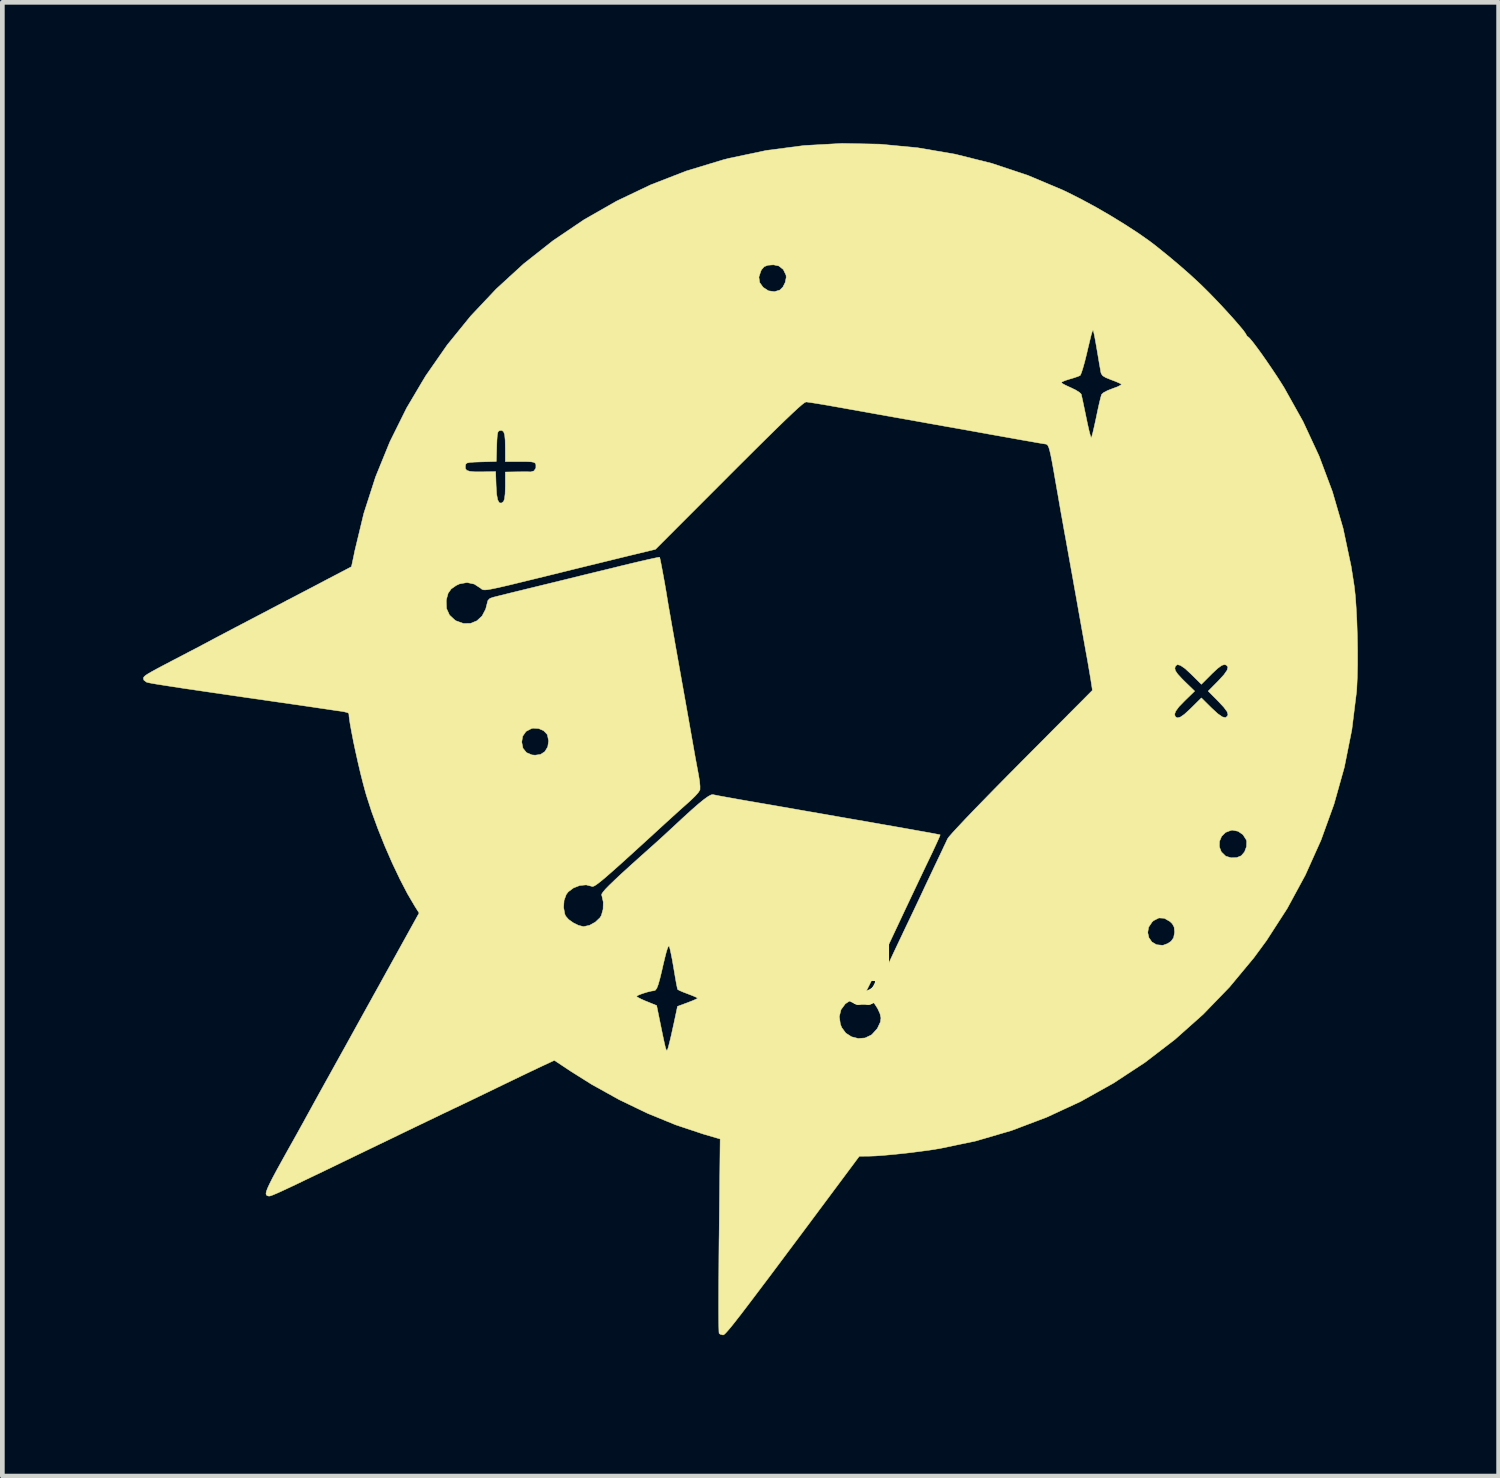
<source format=kicad_pcb>
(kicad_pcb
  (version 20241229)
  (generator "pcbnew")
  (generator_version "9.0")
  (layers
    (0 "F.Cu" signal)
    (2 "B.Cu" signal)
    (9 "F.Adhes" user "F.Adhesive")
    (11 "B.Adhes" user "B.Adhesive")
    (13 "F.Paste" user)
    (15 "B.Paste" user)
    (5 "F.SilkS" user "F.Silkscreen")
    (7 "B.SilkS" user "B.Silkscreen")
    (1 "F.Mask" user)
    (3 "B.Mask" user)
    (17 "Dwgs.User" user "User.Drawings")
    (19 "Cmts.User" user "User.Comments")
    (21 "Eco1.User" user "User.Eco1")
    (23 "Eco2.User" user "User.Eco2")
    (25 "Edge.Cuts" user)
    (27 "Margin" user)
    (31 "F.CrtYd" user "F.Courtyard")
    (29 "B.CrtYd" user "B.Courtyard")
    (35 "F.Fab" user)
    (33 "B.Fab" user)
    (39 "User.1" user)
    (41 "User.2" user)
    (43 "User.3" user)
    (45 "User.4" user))
  (footprint "Logo"
    (layer "F.Cu")
    (at 14.795 17.006)
    (property "Reference" "Logo" (at 0 0 0) (layer "F.SilkS") (effects (font (size 1.524 1.524) (thickness 0.3))))
    (attr through_hole)
    (fp_poly (pts (xy 0.901 -16.985) (xy 1.705 -16.908) (xy 2.5 -16.772) (xy 3.283 -16.576) (xy 4.049 -16.321) (xy 4.794 -16.007) (xy 4.905 -15.954) (xy 5.198 -15.806) (xy 5.508 -15.638) (xy 5.82 -15.457) (xy 6.122 -15.271) (xy 6.401 -15.09) (xy 6.643 -14.92) (xy 6.774 -14.82) (xy 7.055 -14.593) (xy 7.295 -14.391) (xy 7.508 -14.204) (xy 7.705 -14.022) (xy 7.775 -13.955) (xy 7.904 -13.827) (xy 8.043 -13.684) (xy 8.185 -13.534) (xy 8.322 -13.385) (xy 8.448 -13.245) (xy 8.555 -13.121) (xy 8.638 -13.022) (xy 8.687 -12.954) (xy 8.7 -12.929) (xy 8.724 -12.89) (xy 8.74 -12.882) (xy 8.776 -12.849) (xy 8.841 -12.771) (xy 8.927 -12.658) (xy 9.03 -12.517) (xy 9.141 -12.358) (xy 9.256 -12.189) (xy 9.369 -12.02) (xy 9.472 -11.858) (xy 9.511 -11.795) (xy 9.912 -11.078) (xy 10.254 -10.342) (xy 10.538 -9.584) (xy 10.766 -8.801) (xy 10.938 -7.988) (xy 11.003 -7.572) (xy 11.026 -7.367) (xy 11.044 -7.113) (xy 11.059 -6.825) (xy 11.069 -6.518) (xy 11.074 -6.205) (xy 11.074 -5.903) (xy 11.068 -5.625) (xy 11.057 -5.387) (xy 11.052 -5.321) (xy 10.952 -4.511) (xy 10.792 -3.71) (xy 10.572 -2.925) (xy 10.295 -2.159) (xy 9.962 -1.417) (xy 9.575 -0.703) (xy 9.135 -0.021) (xy 8.863 0.349) (xy 8.346 0.971) (xy 7.785 1.551) (xy 7.183 2.087) (xy 6.544 2.577) (xy 5.873 3.018) (xy 5.173 3.409) (xy 4.448 3.745) (xy 3.702 4.027) (xy 2.939 4.25) (xy 2.173 4.41) (xy 1.959 4.444) (xy 1.72 4.476) (xy 1.469 4.507) (xy 1.223 4.533) (xy 0.995 4.554) (xy 0.801 4.568) (xy 0.66 4.573) (xy 0.46 4.574) (xy -0.018 5.216) (xy -0.369 5.687) (xy -0.684 6.11) (xy -0.966 6.487) (xy -1.215 6.82) (xy -1.434 7.113) (xy -1.626 7.367) (xy -1.791 7.586) (xy -1.932 7.772) (xy -2.051 7.928) (xy -2.15 8.055) (xy -2.231 8.158) (xy -2.295 8.237) (xy -2.346 8.296) (xy -2.384 8.338) (xy -2.411 8.364) (xy -2.431 8.378) (xy -2.443 8.382) (xy -2.505 8.365) (xy -2.527 8.346) (xy -2.53 8.309) (xy -2.533 8.214) (xy -2.535 8.066) (xy -2.536 7.87) (xy -2.536 7.633) (xy -2.535 7.36) (xy -2.533 7.055) (xy -2.531 6.725) (xy -2.528 6.375) (xy -2.526 6.259) (xy -2.504 4.207) (xy -2.862 4.102) (xy -3.451 3.906) (xy -4.054 3.659) (xy -4.656 3.369) (xy -5.244 3.042) (xy -5.677 2.77) (xy -6.036 2.532) (xy -6.296 2.653) (xy -6.402 2.703) (xy -6.552 2.774) (xy -6.735 2.862) (xy -6.937 2.959) (xy -7.148 3.061) (xy -7.239 3.105) (xy -7.449 3.207) (xy -7.655 3.306) (xy -7.847 3.399) (xy -8.011 3.477) (xy -8.136 3.537) (xy -8.176 3.555) (xy -8.256 3.594) (xy -8.387 3.656) (xy -8.561 3.74) (xy -8.772 3.841) (xy -9.011 3.956) (xy -9.273 4.082) (xy -9.549 4.216) (xy -9.795 4.334) (xy -10.209 4.534) (xy -10.57 4.708) (xy -10.881 4.859) (xy -11.147 4.986) (xy -11.37 5.093) (xy -11.555 5.182) (xy -11.706 5.253) (xy -11.826 5.309) (xy -11.92 5.352) (xy -11.99 5.382) (xy -12.04 5.403) (xy -12.076 5.416) (xy -12.099 5.422) (xy -12.115 5.423) (xy -12.125 5.422) (xy -12.154 5.414) (xy -12.172 5.398) (xy -12.179 5.37) (xy -12.171 5.325) (xy -12.146 5.257) (xy -12.102 5.162) (xy -12.038 5.035) (xy -11.95 4.87) (xy -11.836 4.664) (xy -11.695 4.41) (xy -11.59 4.223) (xy -11.509 4.078) (xy -11.429 3.933) (xy -11.361 3.811) (xy -11.332 3.757) (xy -11.294 3.688) (xy -11.23 3.572) (xy -11.145 3.417) (xy -11.043 3.232) (xy -10.928 3.024) (xy -10.805 2.803) (xy -10.753 2.709) (xy -10.624 2.476) (xy -10.471 2.201) (xy -10.302 1.895) (xy -10.123 1.571) (xy -9.941 1.243) (xy -9.9 1.168) (xy -4.286 1.168) (xy -4.258 1.19) (xy -4.187 1.227) (xy -4.085 1.272) (xy -4.071 1.277) (xy -3.857 1.364) (xy -3.768 1.801) (xy -3.726 2.006) (xy -3.694 2.155) (xy -3.671 2.254) (xy -3.653 2.307) (xy -3.639 2.322) (xy -3.626 2.305) (xy -3.611 2.26) (xy -3.601 2.223) (xy -3.578 2.131) (xy -3.546 1.998) (xy -3.512 1.843) (xy -3.487 1.731) (xy -3.413 1.382) (xy -3.199 1.303) (xy -3.094 1.262) (xy -3.018 1.229) (xy -2.985 1.208) (xy -2.985 1.207) (xy -3.012 1.189) (xy -3.084 1.157) (xy -3.186 1.118) (xy -3.191 1.116) (xy -3.296 1.076) (xy -3.374 1.042) (xy -3.41 1.021) (xy -3.41 1.021) (xy -3.419 0.984) (xy -3.437 0.896) (xy -3.46 0.768) (xy -3.486 0.613) (xy -3.497 0.548) (xy -3.525 0.387) (xy -3.552 0.252) (xy -3.574 0.153) (xy -3.59 0.101) (xy -3.594 0.095) (xy -3.609 0.107) (xy -3.627 0.148) (xy -3.651 0.224) (xy -3.682 0.345) (xy -3.723 0.516) (xy -3.746 0.619) (xy -3.789 0.796) (xy -3.824 0.919) (xy -3.854 0.996) (xy -3.884 1.037) (xy -3.915 1.048) (xy -3.975 1.057) (xy -4.063 1.079) (xy -4.156 1.108) (xy -4.236 1.138) (xy -4.281 1.162) (xy -4.286 1.168) (xy -9.9 1.168) (xy -9.763 0.922) (xy -9.597 0.621) (xy -9.59 0.609) (xy -8.917 -0.607) (xy -9.011 -0.756) (xy -9.165 -1.018) (xy -9.326 -1.328) (xy -9.489 -1.671) (xy -9.648 -2.035) (xy -9.796 -2.405) (xy -9.928 -2.766) (xy -10.038 -3.106) (xy -10.059 -3.178) (xy -10.111 -3.371) (xy -10.166 -3.588) (xy -10.22 -3.819) (xy -10.272 -4.052) (xy -10.314 -4.25) (xy -6.731 -4.25) (xy -6.705 -4.117) (xy -6.63 -4.024) (xy -6.514 -3.975) (xy -6.445 -3.969) (xy -6.331 -3.985) (xy -6.244 -4.041) (xy -6.237 -4.047) (xy -6.177 -4.147) (xy -6.158 -4.273) (xy -6.183 -4.396) (xy -6.194 -4.418) (xy -6.266 -4.492) (xy -6.372 -4.537) (xy -6.489 -4.544) (xy -6.522 -4.537) (xy -6.64 -4.475) (xy -6.711 -4.373) (xy -6.731 -4.25) (xy -10.314 -4.25) (xy -10.319 -4.276) (xy -10.359 -4.481) (xy -10.39 -4.655) (xy -10.409 -4.788) (xy -10.414 -4.858) (xy -10.442 -4.876) (xy -10.515 -4.894) (xy -10.565 -4.903) (xy -10.681 -4.919) (xy -10.823 -4.94) (xy -10.922 -4.955) (xy -11.033 -4.971) (xy -11.187 -4.994) (xy -11.365 -5.02) (xy -11.548 -5.047) (xy -11.573 -5.05) (xy -12.107 -5.127) (xy -12.581 -5.195) (xy -12.998 -5.256) (xy -13.362 -5.309) (xy -13.675 -5.355) (xy -13.941 -5.394) (xy -14.162 -5.428) (xy -14.342 -5.456) (xy -14.484 -5.478) (xy -14.59 -5.496) (xy -14.665 -5.51) (xy -14.71 -5.521) (xy -14.726 -5.526) (xy -14.781 -5.569) (xy -14.79 -5.609) (xy -14.784 -5.628) (xy -14.769 -5.647) (xy -14.739 -5.672) (xy -14.688 -5.705) (xy -14.61 -5.75) (xy -14.497 -5.812) (xy -14.344 -5.893) (xy -14.144 -5.998) (xy -14.018 -6.063) (xy -13.843 -6.155) (xy -13.668 -6.246) (xy -13.509 -6.33) (xy -13.384 -6.396) (xy -13.351 -6.414) (xy -13.222 -6.483) (xy -13.062 -6.567) (xy -12.899 -6.653) (xy -12.827 -6.691) (xy -12.654 -6.781) (xy -12.454 -6.886) (xy -12.234 -7.001) (xy -12 -7.124) (xy -11.759 -7.25) (xy -11.742 -7.259) (xy -8.339 -7.259) (xy -8.333 -7.094) (xy -8.27 -6.954) (xy -8.154 -6.846) (xy -8.13 -6.831) (xy -7.974 -6.775) (xy -7.823 -6.776) (xy -7.687 -6.831) (xy -7.576 -6.934) (xy -7.499 -7.08) (xy -7.473 -7.183) (xy -7.451 -7.266) (xy -7.407 -7.309) (xy -7.338 -7.333) (xy -7.278 -7.348) (xy -7.166 -7.376) (xy -7.009 -7.415) (xy -6.818 -7.462) (xy -6.601 -7.515) (xy -6.367 -7.572) (xy -6.318 -7.584) (xy -6.031 -7.654) (xy -5.713 -7.732) (xy -5.384 -7.813) (xy -5.063 -7.891) (xy -4.771 -7.962) (xy -4.61 -8.002) (xy -4.394 -8.054) (xy -4.199 -8.1) (xy -4.033 -8.138) (xy -3.905 -8.166) (xy -3.822 -8.183) (xy -3.794 -8.186) (xy -3.785 -8.152) (xy -3.767 -8.067) (xy -3.743 -7.941) (xy -3.714 -7.786) (xy -3.683 -7.614) (xy -3.652 -7.435) (xy -3.624 -7.261) (xy -3.62 -7.239) (xy -3.606 -7.153) (xy -3.582 -7.018) (xy -3.552 -6.846) (xy -3.518 -6.651) (xy -3.481 -6.445) (xy -3.479 -6.429) (xy -3.432 -6.165) (xy -3.382 -5.884) (xy -3.328 -5.58) (xy -3.268 -5.244) (xy -3.201 -4.867) (xy -3.126 -4.441) (xy -3.076 -4.159) (xy -3.045 -3.982) (xy -3.011 -3.797) (xy -2.98 -3.631) (xy -2.964 -3.545) (xy -2.943 -3.418) (xy -2.933 -3.308) (xy -2.934 -3.236) (xy -2.936 -3.228) (xy -2.969 -3.175) (xy -3.038 -3.097) (xy -3.129 -3.009) (xy -3.153 -2.987) (xy -3.255 -2.896) (xy -3.387 -2.778) (xy -3.53 -2.648) (xy -3.667 -2.524) (xy -3.972 -2.244) (xy -4.234 -2.005) (xy -4.456 -1.803) (xy -4.642 -1.635) (xy -4.795 -1.499) (xy -4.918 -1.391) (xy -5.016 -1.308) (xy -5.091 -1.248) (xy -5.147 -1.207) (xy -5.187 -1.183) (xy -5.215 -1.173) (xy -5.234 -1.173) (xy -5.24 -1.176) (xy -5.359 -1.206) (xy -5.495 -1.193) (xy -5.629 -1.141) (xy -5.74 -1.058) (xy -5.782 -1.003) (xy -5.829 -0.876) (xy -5.839 -0.727) (xy -5.814 -0.585) (xy -5.795 -0.541) (xy -5.733 -0.47) (xy -5.634 -0.399) (xy -5.523 -0.344) (xy -5.423 -0.319) (xy -5.411 -0.318) (xy -5.286 -0.345) (xy -5.162 -0.414) (xy -5.064 -0.507) (xy -5.035 -0.555) (xy -4.998 -0.688) (xy -4.994 -0.84) (xy -5.024 -0.976) (xy -5.029 -0.988) (xy -5.026 -1.012) (xy -5 -1.052) (xy -4.949 -1.113) (xy -4.868 -1.196) (xy -4.754 -1.306) (xy -4.606 -1.445) (xy -4.418 -1.616) (xy -4.188 -1.823) (xy -3.94 -2.044) (xy -3.812 -2.159) (xy -3.672 -2.287) (xy -3.548 -2.402) (xy -3.54 -2.409) (xy -3.309 -2.624) (xy -3.119 -2.797) (xy -2.966 -2.931) (xy -2.847 -3.028) (xy -2.758 -3.091) (xy -2.696 -3.124) (xy -2.658 -3.129) (xy -2.539 -3.105) (xy -2.363 -3.073) (xy -2.136 -3.032) (xy -1.873 -2.986) (xy -1.783 -2.971) (xy -1.699 -2.956) (xy -1.616 -2.942) (xy -1.529 -2.927) (xy -1.431 -2.91) (xy -1.319 -2.891) (xy -1.186 -2.867) (xy -1.026 -2.84) (xy -0.835 -2.806) (xy -0.606 -2.766) (xy -0.335 -2.719) (xy -0.015 -2.663) (xy 0.358 -2.598) (xy 0.619 -2.553) (xy 0.924 -2.499) (xy 1.211 -2.449) (xy 1.471 -2.403) (xy 1.7 -2.362) (xy 1.892 -2.328) (xy 2.04 -2.301) (xy 2.138 -2.282) (xy 2.181 -2.273) (xy 2.183 -2.273) (xy 2.173 -2.243) (xy 2.139 -2.165) (xy 2.086 -2.049) (xy 2.019 -1.905) (xy 1.957 -1.775) (xy 1.875 -1.605) (xy 1.774 -1.392) (xy 1.66 -1.152) (xy 1.541 -0.9) (xy 1.423 -0.651) (xy 1.356 -0.508) (xy 1.188 -0.151) (xy 1.045 0.153) (xy 0.924 0.408) (xy 0.824 0.618) (xy 0.742 0.787) (xy 0.677 0.92) (xy 0.626 1.021) (xy 0.586 1.093) (xy 0.556 1.143) (xy 0.534 1.172) (xy 0.518 1.187) (xy 0.505 1.19) (xy 0.496 1.188) (xy 0.441 1.189) (xy 0.355 1.214) (xy 0.305 1.234) (xy 0.162 1.327) (xy 0.07 1.452) (xy 0.034 1.6) (xy 0.057 1.762) (xy 0.085 1.833) (xy 0.172 1.951) (xy 0.295 2.03) (xy 0.437 2.066) (xy 0.581 2.055) (xy 0.711 1.994) (xy 0.729 1.981) (xy 0.844 1.854) (xy 0.909 1.715) (xy 0.921 1.629) (xy 0.901 1.538) (xy 0.852 1.43) (xy 0.789 1.332) (xy 0.745 1.286) (xy 0.731 1.258) (xy 0.74 1.206) (xy 0.774 1.118) (xy 0.836 0.986) (xy 0.837 0.984) (xy 0.909 0.836) (xy 0.995 0.657) (xy 1.081 0.476) (xy 1.125 0.381) (xy 1.197 0.227) (xy 1.287 0.037) (xy 1.384 -0.167) (xy 1.395 -0.191) (xy 6.604 -0.191) (xy 6.629 -0.081) (xy 6.693 0.01) (xy 6.791 0.068) (xy 6.916 0.081) (xy 6.936 0.078) (xy 7.029 0.044) (xy 7.103 -0.006) (xy 7.156 -0.082) (xy 7.175 -0.186) (xy 7.176 -0.209) (xy 7.166 -0.308) (xy 7.127 -0.379) (xy 7.078 -0.426) (xy 6.958 -0.495) (xy 6.842 -0.502) (xy 6.729 -0.445) (xy 6.697 -0.415) (xy 6.624 -0.306) (xy 6.604 -0.191) (xy 1.395 -0.191) (xy 1.477 -0.364) (xy 1.501 -0.413) (xy 1.584 -0.587) (xy 1.665 -0.758) (xy 1.737 -0.91) (xy 1.792 -1.027) (xy 1.809 -1.064) (xy 1.856 -1.165) (xy 1.923 -1.306) (xy 2 -1.469) (xy 2.08 -1.638) (xy 2.094 -1.667) (xy 2.169 -1.825) (xy 2.239 -1.972) (xy 2.26 -2.018) (xy 8.13 -2.018) (xy 8.172 -1.909) (xy 8.261 -1.822) (xy 8.271 -1.816) (xy 8.38 -1.783) (xy 8.501 -1.788) (xy 8.595 -1.826) (xy 8.666 -1.908) (xy 8.708 -2.021) (xy 8.712 -2.133) (xy 8.703 -2.166) (xy 8.633 -2.276) (xy 8.529 -2.348) (xy 8.41 -2.372) (xy 8.382 -2.369) (xy 8.262 -2.324) (xy 8.178 -2.24) (xy 8.133 -2.133) (xy 8.13 -2.018) (xy 2.26 -2.018) (xy 2.297 -2.094) (xy 2.335 -2.177) (xy 2.342 -2.191) (xy 2.374 -2.234) (xy 2.448 -2.319) (xy 2.561 -2.441) (xy 2.709 -2.599) (xy 2.891 -2.789) (xy 3.102 -3.006) (xy 3.339 -3.249) (xy 3.6 -3.514) (xy 3.882 -3.798) (xy 3.903 -3.82) (xy 4.159 -4.077) (xy 4.402 -4.321) (xy 4.627 -4.548) (xy 4.832 -4.753) (xy 4.913 -4.835) (xy 7.175 -4.835) (xy 7.197 -4.784) (xy 7.197 -4.784) (xy 7.24 -4.764) (xy 7.3 -4.781) (xy 7.384 -4.839) (xy 7.498 -4.943) (xy 7.532 -4.976) (xy 7.747 -5.189) (xy 7.965 -4.973) (xy 8.095 -4.853) (xy 8.193 -4.785) (xy 8.261 -4.769) (xy 8.302 -4.802) (xy 8.313 -4.838) (xy 8.295 -4.896) (xy 8.225 -4.991) (xy 8.108 -5.116) (xy 7.892 -5.334) (xy 8.108 -5.552) (xy 8.228 -5.683) (xy 8.296 -5.781) (xy 8.312 -5.849) (xy 8.278 -5.888) (xy 8.238 -5.899) (xy 8.181 -5.882) (xy 8.092 -5.817) (xy 7.969 -5.702) (xy 7.961 -5.693) (xy 7.747 -5.479) (xy 7.529 -5.695) (xy 7.399 -5.815) (xy 7.301 -5.882) (xy 7.234 -5.899) (xy 7.194 -5.865) (xy 7.182 -5.821) (xy 7.193 -5.769) (xy 7.242 -5.697) (xy 7.335 -5.596) (xy 7.388 -5.543) (xy 7.604 -5.334) (xy 7.39 -5.126) (xy 7.269 -5.001) (xy 7.199 -4.905) (xy 7.175 -4.835) (xy 4.913 -4.835) (xy 5.012 -4.935) (xy 5.165 -5.088) (xy 5.285 -5.209) (xy 5.37 -5.295) (xy 5.416 -5.341) (xy 5.424 -5.349) (xy 5.421 -5.382) (xy 5.408 -5.469) (xy 5.387 -5.602) (xy 5.358 -5.772) (xy 5.324 -5.972) (xy 5.286 -6.18) (xy 5.237 -6.454) (xy 5.183 -6.755) (xy 5.128 -7.063) (xy 5.076 -7.358) (xy 5.029 -7.618) (xy 5.015 -7.699) (xy 4.975 -7.921) (xy 4.936 -8.138) (xy 4.9 -8.338) (xy 4.87 -8.506) (xy 4.848 -8.629) (xy 4.843 -8.652) (xy 4.823 -8.763) (xy 4.795 -8.923) (xy 4.76 -9.116) (xy 4.723 -9.327) (xy 4.686 -9.543) (xy 4.683 -9.557) (xy 4.634 -9.837) (xy 4.595 -10.062) (xy 4.563 -10.237) (xy 4.537 -10.368) (xy 4.515 -10.462) (xy 4.496 -10.525) (xy 4.478 -10.564) (xy 4.46 -10.585) (xy 4.439 -10.595) (xy 4.414 -10.599) (xy 4.413 -10.599) (xy 4.364 -10.607) (xy 4.26 -10.624) (xy 4.11 -10.651) (xy 3.919 -10.684) (xy 3.697 -10.724) (xy 3.45 -10.768) (xy 3.207 -10.811) (xy 2.911 -10.865) (xy 2.603 -10.92) (xy 2.297 -10.974) (xy 2.005 -11.026) (xy 1.742 -11.073) (xy 1.522 -11.113) (xy 1.429 -11.129) (xy 1.181 -11.173) (xy 0.895 -11.224) (xy 0.595 -11.278) (xy 0.307 -11.329) (xy 0.087 -11.369) (xy -0.119 -11.405) (xy -0.307 -11.438) (xy -0.467 -11.464) (xy -0.589 -11.483) (xy -0.662 -11.493) (xy -0.676 -11.493) (xy -0.705 -11.48) (xy -0.761 -11.437) (xy -0.846 -11.363) (xy -0.962 -11.256) (xy -1.11 -11.115) (xy -1.294 -10.937) (xy -1.514 -10.721) (xy -1.774 -10.464) (xy -2.074 -10.165) (xy -2.315 -9.924) (xy -3.883 -8.354) (xy -4.299 -8.254) (xy -4.419 -8.225) (xy -4.591 -8.183) (xy -4.808 -8.13) (xy -5.06 -8.068) (xy -5.339 -8) (xy -5.636 -7.927) (xy -5.942 -7.851) (xy -6.125 -7.806) (xy -6.456 -7.725) (xy -6.731 -7.658) (xy -6.955 -7.603) (xy -7.135 -7.561) (xy -7.274 -7.53) (xy -7.38 -7.508) (xy -7.457 -7.495) (xy -7.511 -7.49) (xy -7.548 -7.492) (xy -7.572 -7.5) (xy -7.59 -7.511) (xy -7.601 -7.522) (xy -7.742 -7.614) (xy -7.896 -7.647) (xy -8.056 -7.618) (xy -8.125 -7.586) (xy -8.233 -7.511) (xy -8.298 -7.421) (xy -8.333 -7.295) (xy -8.339 -7.259) (xy -11.742 -7.259) (xy -11.518 -7.376) (xy -11.283 -7.499) (xy -11.061 -7.615) (xy -10.859 -7.722) (xy -10.682 -7.814) (xy -10.537 -7.89) (xy -10.432 -7.945) (xy -10.372 -7.977) (xy -10.361 -7.983) (xy -10.352 -8.013) (xy -10.335 -8.093) (xy -10.31 -8.209) (xy -10.288 -8.319) (xy -10.095 -9.12) (xy -9.845 -9.896) (xy -9.749 -10.132) (xy -7.932 -10.132) (xy -7.931 -10.075) (xy -7.903 -10.037) (xy -7.838 -10.015) (xy -7.728 -10.005) (xy -7.572 -10.005) (xy -7.287 -10.01) (xy -7.277 -9.714) (xy -7.266 -9.531) (xy -7.244 -9.409) (xy -7.21 -9.346) (xy -7.164 -9.339) (xy -7.118 -9.373) (xy -7.098 -9.427) (xy -7.085 -9.537) (xy -7.08 -9.697) (xy -7.08 -9.706) (xy -7.08 -10.001) (xy -6.834 -10.005) (xy -6.71 -10.006) (xy -6.606 -10.006) (xy -6.542 -10.004) (xy -6.537 -10.004) (xy -6.471 -10.024) (xy -6.43 -10.084) (xy -6.429 -10.158) (xy -6.443 -10.188) (xy -6.472 -10.207) (xy -6.528 -10.218) (xy -6.622 -10.223) (xy -6.765 -10.223) (xy -7.08 -10.223) (xy -7.081 -10.517) (xy -7.084 -10.683) (xy -7.095 -10.794) (xy -7.117 -10.859) (xy -7.153 -10.886) (xy -7.195 -10.885) (xy -7.223 -10.873) (xy -7.241 -10.843) (xy -7.252 -10.783) (xy -7.259 -10.681) (xy -7.264 -10.55) (xy -7.273 -10.226) (xy -7.597 -10.217) (xy -7.743 -10.212) (xy -7.838 -10.205) (xy -7.893 -10.194) (xy -7.919 -10.175) (xy -7.93 -10.146) (xy -7.932 -10.132) (xy -9.749 -10.132) (xy -9.54 -10.645) (xy -9.183 -11.365) (xy -8.862 -11.907) (xy 4.763 -11.907) (xy 4.789 -11.884) (xy 4.86 -11.846) (xy 4.96 -11.8) (xy 4.968 -11.797) (xy 5.072 -11.746) (xy 5.151 -11.696) (xy 5.188 -11.658) (xy 5.188 -11.657) (xy 5.199 -11.608) (xy 5.221 -11.51) (xy 5.249 -11.375) (xy 5.282 -11.217) (xy 5.292 -11.168) (xy 5.325 -11.011) (xy 5.355 -10.879) (xy 5.38 -10.784) (xy 5.396 -10.735) (xy 5.4 -10.732) (xy 5.413 -10.761) (xy 5.435 -10.841) (xy 5.463 -10.962) (xy 5.496 -11.111) (xy 5.508 -11.168) (xy 5.542 -11.331) (xy 5.574 -11.474) (xy 5.601 -11.584) (xy 5.62 -11.649) (xy 5.624 -11.657) (xy 5.666 -11.694) (xy 5.751 -11.738) (xy 5.86 -11.78) (xy 5.96 -11.817) (xy 6.025 -11.85) (xy 6.044 -11.872) (xy 6.043 -11.873) (xy 6.001 -11.895) (xy 5.918 -11.931) (xy 5.82 -11.968) (xy 5.709 -12.013) (xy 5.645 -12.052) (xy 5.614 -12.097) (xy 5.606 -12.124) (xy 5.595 -12.187) (xy 5.575 -12.297) (xy 5.551 -12.44) (xy 5.524 -12.599) (xy 5.523 -12.604) (xy 5.497 -12.755) (xy 5.474 -12.881) (xy 5.455 -12.971) (xy 5.445 -13.012) (xy 5.444 -13.013) (xy 5.436 -13.017) (xy 5.427 -13.005) (xy 5.414 -12.969) (xy 5.395 -12.902) (xy 5.369 -12.794) (xy 5.331 -12.638) (xy 5.301 -12.509) (xy 5.262 -12.352) (xy 5.224 -12.217) (xy 5.192 -12.117) (xy 5.168 -12.063) (xy 5.164 -12.057) (xy 5.115 -12.036) (xy 5.027 -12.006) (xy 4.945 -11.982) (xy 4.848 -11.951) (xy 4.782 -11.923) (xy 4.763 -11.907) (xy -8.862 -11.907) (xy -8.775 -12.052) (xy -8.32 -12.706) (xy -7.819 -13.323) (xy -7.275 -13.9) (xy -6.998 -14.154) (xy -1.679 -14.154) (xy -1.662 -14.037) (xy -1.59 -13.936) (xy -1.475 -13.861) (xy -1.347 -13.843) (xy -1.233 -13.877) (xy -1.167 -13.942) (xy -1.118 -14.041) (xy -1.097 -14.147) (xy -1.101 -14.195) (xy -1.159 -14.315) (xy -1.255 -14.391) (xy -1.368 -14.415) (xy -1.489 -14.406) (xy -1.567 -14.375) (xy -1.622 -14.311) (xy -1.636 -14.285) (xy -1.679 -14.154) (xy -6.998 -14.154) (xy -6.689 -14.437) (xy -6.065 -14.929) (xy -5.404 -15.376) (xy -4.709 -15.773) (xy -3.981 -16.12) (xy -3.224 -16.414) (xy -2.44 -16.652) (xy -2.318 -16.683) (xy -1.521 -16.851) (xy -0.716 -16.956) (xy 0.093 -17.001) (xy 0.901 -16.985)) (stroke (width 0.01) (type solid)) (fill yes) (layer "F.SilkS")))
  (gr_rect
    (start -3 -3)
    (end 28.874 28.393)
    (stroke (width 0.1) (type default))
    (fill no)
    (layer "Edge.Cuts")))
</source>
